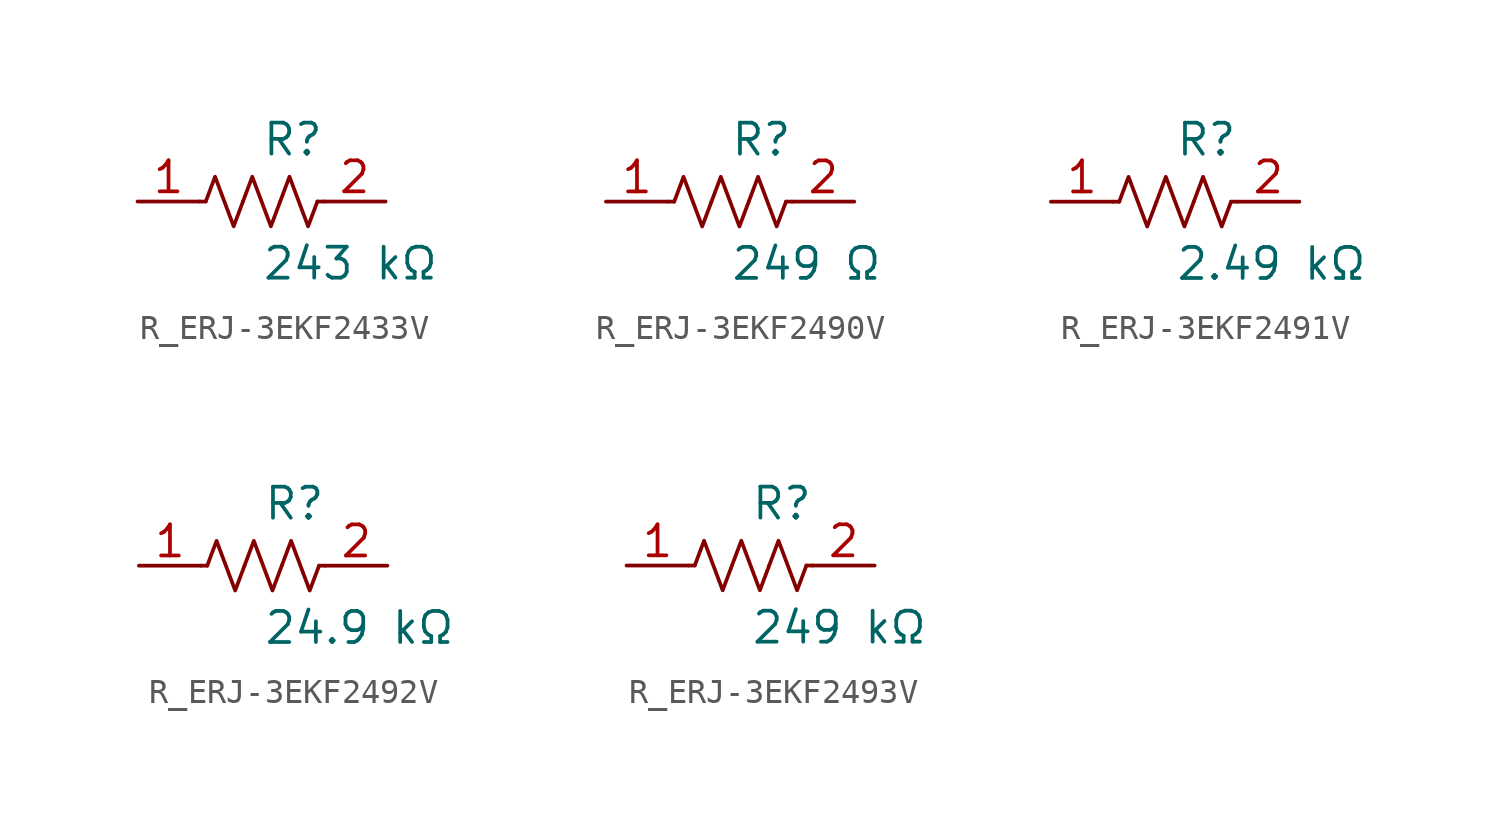
<source format=kicad_sym>
(kicad_symbol_lib
  (version 20231120)
  (generator kicad_symbol_editor)
  (generator_version 8.0)
  (symbol "R_ERJ-3EKF2433V"
    (pin_names
      (offset 0.254))
    (property "Reference" "R"
      (at 0.0 2.54 0)
      (effects (font (size 1.27 1.27)) (justify left)))
    (property "Value" "243 kΩ"
      (at 0.0 -2.54 0)
      (effects (font (size 1.27 1.27)) (justify left)))
    (symbol "R_ERJ-3EKF2433V_0_1"
      (polyline (pts (xy 2.286 0) (xy 2.54 0)) (stroke (width 0) (type default)) (fill (type none)))
      (polyline (pts (xy -2.286 0) (xy -2.54 0)) (stroke (width 0) (type default)) (fill (type none)))
      (polyline (pts (xy 0.762 0) (xy 1.143 1.016) (xy 1.524 0) (xy 1.905 -1.016) (xy 2.286 0)) (stroke (width 0) (type default)) (fill (type none)))
      (polyline (pts (xy -0.762 0) (xy -0.381 1.016) (xy 0 0) (xy 0.381 -1.016) (xy 0.762 0)) (stroke (width 0) (type default)) (fill (type none)))
      (polyline (pts (xy -2.286 0) (xy -1.905 1.016) (xy -1.524 0) (xy -1.143 -1.016) (xy -0.762 0)) (stroke (width 0) (type default)) (fill (type none))))
    (pin unspecified line
      (at -5.08 0 0)
      (length 2.54)
      (name "" (effects (font (size 1.27 1.27))))
      (number "1" (effects (font (size 1.27 1.27)))))
    (pin unspecified line
      (at 5.08 0 180)
      (length 2.54)
      (name "" (effects (font (size 1.27 1.27))))
      (number "2" (effects (font (size 1.27 1.27))))))
  (symbol "R_ERJ-3EKF2490V"
    (pin_names
      (offset 0.254))
    (property "Reference" "R"
      (at 0.0 2.54 0)
      (effects (font (size 1.27 1.27)) (justify left)))
    (property "Value" "249 Ω"
      (at 0.0 -2.54 0)
      (effects (font (size 1.27 1.27)) (justify left)))
    (symbol "R_ERJ-3EKF2490V_0_1"
      (polyline (pts (xy 2.286 0) (xy 2.54 0)) (stroke (width 0) (type default)) (fill (type none)))
      (polyline (pts (xy -2.286 0) (xy -2.54 0)) (stroke (width 0) (type default)) (fill (type none)))
      (polyline (pts (xy 0.762 0) (xy 1.143 1.016) (xy 1.524 0) (xy 1.905 -1.016) (xy 2.286 0)) (stroke (width 0) (type default)) (fill (type none)))
      (polyline (pts (xy -0.762 0) (xy -0.381 1.016) (xy 0 0) (xy 0.381 -1.016) (xy 0.762 0)) (stroke (width 0) (type default)) (fill (type none)))
      (polyline (pts (xy -2.286 0) (xy -1.905 1.016) (xy -1.524 0) (xy -1.143 -1.016) (xy -0.762 0)) (stroke (width 0) (type default)) (fill (type none))))
    (pin unspecified line
      (at -5.08 0 0)
      (length 2.54)
      (name "" (effects (font (size 1.27 1.27))))
      (number "1" (effects (font (size 1.27 1.27)))))
    (pin unspecified line
      (at 5.08 0 180)
      (length 2.54)
      (name "" (effects (font (size 1.27 1.27))))
      (number "2" (effects (font (size 1.27 1.27))))))
  (symbol "R_ERJ-3EKF2491V"
    (pin_names
      (offset 0.254))
    (property "Reference" "R"
      (at 0.0 2.54 0)
      (effects (font (size 1.27 1.27)) (justify left)))
    (property "Value" "2.49 kΩ"
      (at 0.0 -2.54 0)
      (effects (font (size 1.27 1.27)) (justify left)))
    (symbol "R_ERJ-3EKF2491V_0_1"
      (polyline (pts (xy 2.286 0) (xy 2.54 0)) (stroke (width 0) (type default)) (fill (type none)))
      (polyline (pts (xy -2.286 0) (xy -2.54 0)) (stroke (width 0) (type default)) (fill (type none)))
      (polyline (pts (xy 0.762 0) (xy 1.143 1.016) (xy 1.524 0) (xy 1.905 -1.016) (xy 2.286 0)) (stroke (width 0) (type default)) (fill (type none)))
      (polyline (pts (xy -0.762 0) (xy -0.381 1.016) (xy 0 0) (xy 0.381 -1.016) (xy 0.762 0)) (stroke (width 0) (type default)) (fill (type none)))
      (polyline (pts (xy -2.286 0) (xy -1.905 1.016) (xy -1.524 0) (xy -1.143 -1.016) (xy -0.762 0)) (stroke (width 0) (type default)) (fill (type none))))
    (pin unspecified line
      (at -5.08 0 0)
      (length 2.54)
      (name "" (effects (font (size 1.27 1.27))))
      (number "1" (effects (font (size 1.27 1.27)))))
    (pin unspecified line
      (at 5.08 0 180)
      (length 2.54)
      (name "" (effects (font (size 1.27 1.27))))
      (number "2" (effects (font (size 1.27 1.27))))))
  (symbol "R_ERJ-3EKF2492V"
    (pin_names
      (offset 0.254))
    (property "Reference" "R"
      (at 0.0 2.54 0)
      (effects (font (size 1.27 1.27)) (justify left)))
    (property "Value" "24.9 kΩ"
      (at 0.0 -2.54 0)
      (effects (font (size 1.27 1.27)) (justify left)))
    (symbol "R_ERJ-3EKF2492V_0_1"
      (polyline (pts (xy 2.286 0) (xy 2.54 0)) (stroke (width 0) (type default)) (fill (type none)))
      (polyline (pts (xy -2.286 0) (xy -2.54 0)) (stroke (width 0) (type default)) (fill (type none)))
      (polyline (pts (xy 0.762 0) (xy 1.143 1.016) (xy 1.524 0) (xy 1.905 -1.016) (xy 2.286 0)) (stroke (width 0) (type default)) (fill (type none)))
      (polyline (pts (xy -0.762 0) (xy -0.381 1.016) (xy 0 0) (xy 0.381 -1.016) (xy 0.762 0)) (stroke (width 0) (type default)) (fill (type none)))
      (polyline (pts (xy -2.286 0) (xy -1.905 1.016) (xy -1.524 0) (xy -1.143 -1.016) (xy -0.762 0)) (stroke (width 0) (type default)) (fill (type none))))
    (pin unspecified line
      (at -5.08 0 0)
      (length 2.54)
      (name "" (effects (font (size 1.27 1.27))))
      (number "1" (effects (font (size 1.27 1.27)))))
    (pin unspecified line
      (at 5.08 0 180)
      (length 2.54)
      (name "" (effects (font (size 1.27 1.27))))
      (number "2" (effects (font (size 1.27 1.27))))))
  (symbol "R_ERJ-3EKF2493V"
    (pin_names
      (offset 0.254))
    (property "Reference" "R"
      (at 0.0 2.54 0)
      (effects (font (size 1.27 1.27)) (justify left)))
    (property "Value" "249 kΩ"
      (at 0.0 -2.54 0)
      (effects (font (size 1.27 1.27)) (justify left)))
    (symbol "R_ERJ-3EKF2493V_0_1"
      (polyline (pts (xy 2.286 0) (xy 2.54 0)) (stroke (width 0) (type default)) (fill (type none)))
      (polyline (pts (xy -2.286 0) (xy -2.54 0)) (stroke (width 0) (type default)) (fill (type none)))
      (polyline (pts (xy 0.762 0) (xy 1.143 1.016) (xy 1.524 0) (xy 1.905 -1.016) (xy 2.286 0)) (stroke (width 0) (type default)) (fill (type none)))
      (polyline (pts (xy -0.762 0) (xy -0.381 1.016) (xy 0 0) (xy 0.381 -1.016) (xy 0.762 0)) (stroke (width 0) (type default)) (fill (type none)))
      (polyline (pts (xy -2.286 0) (xy -1.905 1.016) (xy -1.524 0) (xy -1.143 -1.016) (xy -0.762 0)) (stroke (width 0) (type default)) (fill (type none))))
    (pin unspecified line
      (at -5.08 0 0)
      (length 2.54)
      (name "" (effects (font (size 1.27 1.27))))
      (number "1" (effects (font (size 1.27 1.27)))))
    (pin unspecified line
      (at 5.08 0 180)
      (length 2.54)
      (name "" (effects (font (size 1.27 1.27))))
      (number "2" (effects (font (size 1.27 1.27)))))))
</source>
